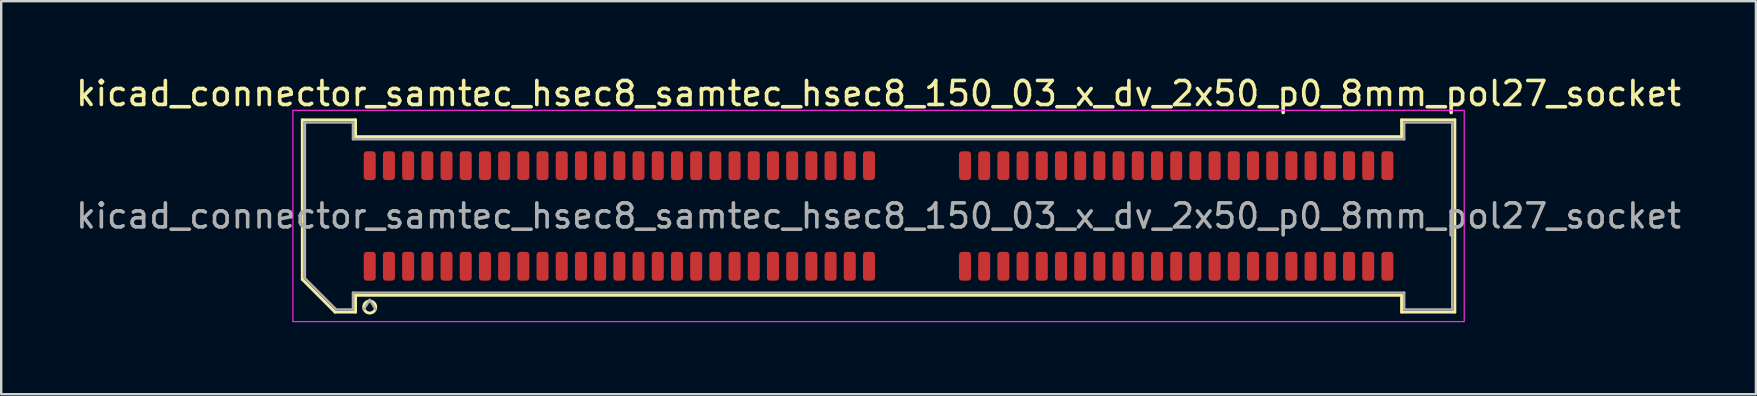
<source format=kicad_pcb>
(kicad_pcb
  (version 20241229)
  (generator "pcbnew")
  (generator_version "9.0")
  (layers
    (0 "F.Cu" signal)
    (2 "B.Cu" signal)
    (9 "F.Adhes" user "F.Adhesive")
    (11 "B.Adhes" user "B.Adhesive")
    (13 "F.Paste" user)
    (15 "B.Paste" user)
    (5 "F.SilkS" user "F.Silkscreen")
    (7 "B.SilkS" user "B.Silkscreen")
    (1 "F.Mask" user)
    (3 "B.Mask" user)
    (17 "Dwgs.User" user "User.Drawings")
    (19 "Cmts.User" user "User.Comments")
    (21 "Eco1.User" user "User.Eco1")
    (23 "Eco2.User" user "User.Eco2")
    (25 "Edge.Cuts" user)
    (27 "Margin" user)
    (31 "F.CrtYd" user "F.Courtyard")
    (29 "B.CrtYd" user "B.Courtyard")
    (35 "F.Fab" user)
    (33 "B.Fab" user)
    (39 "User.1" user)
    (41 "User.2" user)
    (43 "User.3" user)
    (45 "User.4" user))
  (footprint "kicad_connector_samtec_hsec8_samtec_hsec8_150_03_x_dv_2x50_p0_8mm_pol27_socket"
    (layer "F.Cu")
    (at 33.554 5.948)
    (property "Reference" "kicad_connector_samtec_hsec8_samtec_hsec8_150_03_x_dv_2x50_p0_8mm_pol27_socket" (at 0 -5.1 0) (layer "F.SilkS") (effects (font (size 1 1) (thickness 0.15))))
    (attr smd)
    (fp_line (start -24.01 -4.005) (end -21.79 -4.005) (stroke (width 0.12) (type solid)) (layer "F.SilkS"))
    (fp_line (start -24.01 2.641) (end -24.01 -4.005) (stroke (width 0.12) (type solid)) (layer "F.SilkS"))
    (fp_line (start -22.646 4.005) (end -24.01 2.641) (stroke (width 0.12) (type solid)) (layer "F.SilkS"))
    (fp_line (start -21.79 -4.005) (end -21.79 -3.305) (stroke (width 0.12) (type solid)) (layer "F.SilkS"))
    (fp_line (start -21.79 -3.305) (end 21.79 -3.305) (stroke (width 0.12) (type solid)) (layer "F.SilkS"))
    (fp_line (start -21.79 3.305) (end -21.79 4.005) (stroke (width 0.12) (type solid)) (layer "F.SilkS"))
    (fp_line (start -21.79 4.005) (end -22.646 4.005) (stroke (width 0.12) (type solid)) (layer "F.SilkS"))
    (fp_line (start 21.79 -4.005) (end 24.01 -4.005) (stroke (width 0.12) (type solid)) (layer "F.SilkS"))
    (fp_line (start 21.79 -3.305) (end 21.79 -4.005) (stroke (width 0.12) (type solid)) (layer "F.SilkS"))
    (fp_line (start 21.79 3.305) (end -21.79 3.305) (stroke (width 0.12) (type solid)) (layer "F.SilkS"))
    (fp_line (start 21.79 4.005) (end 21.79 3.305) (stroke (width 0.12) (type solid)) (layer "F.SilkS"))
    (fp_line (start 24.01 -4.005) (end 24.01 4.005) (stroke (width 0.12) (type solid)) (layer "F.SilkS"))
    (fp_line (start 24.01 4.005) (end 21.79 4.005) (stroke (width 0.12) (type solid)) (layer "F.SilkS"))
    (fp_arc (start -20.95 3.795) (mid -21.45 3.795) (end -20.95 3.795) (stroke (width 0.12) (type solid)) (layer "F.SilkS"))
    (fp_line (start -24.4 -4.4) (end -24.4 4.4) (stroke (width 0.05) (type solid)) (layer "F.CrtYd"))
    (fp_line (start -24.4 4.4) (end 24.4 4.4) (stroke (width 0.05) (type solid)) (layer "F.CrtYd"))
    (fp_line (start 24.4 -4.4) (end -24.4 -4.4) (stroke (width 0.05) (type solid)) (layer "F.CrtYd"))
    (fp_line (start 24.4 4.4) (end 24.4 -4.4) (stroke (width 0.05) (type solid)) (layer "F.CrtYd"))
    (fp_line (start -23.9 -3.895) (end -21.9 -3.895) (stroke (width 0.1) (type solid)) (layer "F.Fab"))
    (fp_line (start -23.9 2.595) (end -23.9 -3.895) (stroke (width 0.1) (type solid)) (layer "F.Fab"))
    (fp_line (start -22.6 3.895) (end -23.9 2.595) (stroke (width 0.1) (type solid)) (layer "F.Fab"))
    (fp_line (start -21.9 -3.895) (end -21.9 -3.195) (stroke (width 0.1) (type solid)) (layer "F.Fab"))
    (fp_line (start -21.9 -3.195) (end 21.9 -3.195) (stroke (width 0.1) (type solid)) (layer "F.Fab"))
    (fp_line (start -21.9 3.195) (end -21.9 3.895) (stroke (width 0.1) (type solid)) (layer "F.Fab"))
    (fp_line (start -21.9 3.895) (end -22.6 3.895) (stroke (width 0.1) (type solid)) (layer "F.Fab"))
    (fp_line (start -21.2 3.495) (end -21.45 3.895) (stroke (width 0.1) (type solid)) (layer "F.Fab"))
    (fp_line (start -21.2 3.495) (end -20.95 3.895) (stroke (width 0.1) (type solid)) (layer "F.Fab"))
    (fp_line (start 21.9 -3.895) (end 23.9 -3.895) (stroke (width 0.1) (type solid)) (layer "F.Fab"))
    (fp_line (start 21.9 -3.195) (end 21.9 -3.895) (stroke (width 0.1) (type solid)) (layer "F.Fab"))
    (fp_line (start 21.9 3.195) (end -21.9 3.195) (stroke (width 0.1) (type solid)) (layer "F.Fab"))
    (fp_line (start 21.9 3.895) (end 21.9 3.195) (stroke (width 0.1) (type solid)) (layer "F.Fab"))
    (fp_line (start 23.9 -3.895) (end 23.9 3.895) (stroke (width 0.1) (type solid)) (layer "F.Fab"))
    (fp_line (start 23.9 3.895) (end 21.9 3.895) (stroke (width 0.1) (type solid)) (layer "F.Fab"))
    (fp_text user "${REFERENCE}" (at 0 0 0) (layer "F.Fab") (effects (font (size 1 1) (thickness 0.15))))
    (pad "1" smd roundrect (at -21.2 2.095) (size 0.5 1.2) (layers "F.Cu" "F.Mask" "F.Paste") (roundrect_rratio 0.25))
    (pad "2" smd roundrect (at -21.2 -2.095) (size 0.5 1.2) (layers "F.Cu" "F.Mask" "F.Paste") (roundrect_rratio 0.25))
    (pad "3" smd roundrect (at -20.4 2.095) (size 0.5 1.2) (layers "F.Cu" "F.Mask" "F.Paste") (roundrect_rratio 0.25))
    (pad "4" smd roundrect (at -20.4 -2.095) (size 0.5 1.2) (layers "F.Cu" "F.Mask" "F.Paste") (roundrect_rratio 0.25))
    (pad "5" smd roundrect (at -19.6 2.095) (size 0.5 1.2) (layers "F.Cu" "F.Mask" "F.Paste") (roundrect_rratio 0.25))
    (pad "6" smd roundrect (at -19.6 -2.095) (size 0.5 1.2) (layers "F.Cu" "F.Mask" "F.Paste") (roundrect_rratio 0.25))
    (pad "7" smd roundrect (at -18.8 2.095) (size 0.5 1.2) (layers "F.Cu" "F.Mask" "F.Paste") (roundrect_rratio 0.25))
    (pad "8" smd roundrect (at -18.8 -2.095) (size 0.5 1.2) (layers "F.Cu" "F.Mask" "F.Paste") (roundrect_rratio 0.25))
    (pad "9" smd roundrect (at -18 2.095) (size 0.5 1.2) (layers "F.Cu" "F.Mask" "F.Paste") (roundrect_rratio 0.25))
    (pad "10" smd roundrect (at -18 -2.095) (size 0.5 1.2) (layers "F.Cu" "F.Mask" "F.Paste") (roundrect_rratio 0.25))
    (pad "11" smd roundrect (at -17.2 2.095) (size 0.5 1.2) (layers "F.Cu" "F.Mask" "F.Paste") (roundrect_rratio 0.25))
    (pad "12" smd roundrect (at -17.2 -2.095) (size 0.5 1.2) (layers "F.Cu" "F.Mask" "F.Paste") (roundrect_rratio 0.25))
    (pad "13" smd roundrect (at -16.4 2.095) (size 0.5 1.2) (layers "F.Cu" "F.Mask" "F.Paste") (roundrect_rratio 0.25))
    (pad "14" smd roundrect (at -16.4 -2.095) (size 0.5 1.2) (layers "F.Cu" "F.Mask" "F.Paste") (roundrect_rratio 0.25))
    (pad "15" smd roundrect (at -15.6 2.095) (size 0.5 1.2) (layers "F.Cu" "F.Mask" "F.Paste") (roundrect_rratio 0.25))
    (pad "16" smd roundrect (at -15.6 -2.095) (size 0.5 1.2) (layers "F.Cu" "F.Mask" "F.Paste") (roundrect_rratio 0.25))
    (pad "17" smd roundrect (at -14.8 2.095) (size 0.5 1.2) (layers "F.Cu" "F.Mask" "F.Paste") (roundrect_rratio 0.25))
    (pad "18" smd roundrect (at -14.8 -2.095) (size 0.5 1.2) (layers "F.Cu" "F.Mask" "F.Paste") (roundrect_rratio 0.25))
    (pad "19" smd roundrect (at -14 2.095) (size 0.5 1.2) (layers "F.Cu" "F.Mask" "F.Paste") (roundrect_rratio 0.25))
    (pad "20" smd roundrect (at -14 -2.095) (size 0.5 1.2) (layers "F.Cu" "F.Mask" "F.Paste") (roundrect_rratio 0.25))
    (pad "21" smd roundrect (at -13.2 2.095) (size 0.5 1.2) (layers "F.Cu" "F.Mask" "F.Paste") (roundrect_rratio 0.25))
    (pad "22" smd roundrect (at -13.2 -2.095) (size 0.5 1.2) (layers "F.Cu" "F.Mask" "F.Paste") (roundrect_rratio 0.25))
    (pad "23" smd roundrect (at -12.4 2.095) (size 0.5 1.2) (layers "F.Cu" "F.Mask" "F.Paste") (roundrect_rratio 0.25))
    (pad "24" smd roundrect (at -12.4 -2.095) (size 0.5 1.2) (layers "F.Cu" "F.Mask" "F.Paste") (roundrect_rratio 0.25))
    (pad "25" smd roundrect (at -11.6 2.095) (size 0.5 1.2) (layers "F.Cu" "F.Mask" "F.Paste") (roundrect_rratio 0.25))
    (pad "26" smd roundrect (at -11.6 -2.095) (size 0.5 1.2) (layers "F.Cu" "F.Mask" "F.Paste") (roundrect_rratio 0.25))
    (pad "27" smd roundrect (at -10.8 2.095) (size 0.5 1.2) (layers "F.Cu" "F.Mask" "F.Paste") (roundrect_rratio 0.25))
    (pad "28" smd roundrect (at -10.8 -2.095) (size 0.5 1.2) (layers "F.Cu" "F.Mask" "F.Paste") (roundrect_rratio 0.25))
    (pad "29" smd roundrect (at -10 2.095) (size 0.5 1.2) (layers "F.Cu" "F.Mask" "F.Paste") (roundrect_rratio 0.25))
    (pad "30" smd roundrect (at -10 -2.095) (size 0.5 1.2) (layers "F.Cu" "F.Mask" "F.Paste") (roundrect_rratio 0.25))
    (pad "31" smd roundrect (at -9.2 2.095) (size 0.5 1.2) (layers "F.Cu" "F.Mask" "F.Paste") (roundrect_rratio 0.25))
    (pad "32" smd roundrect (at -9.2 -2.095) (size 0.5 1.2) (layers "F.Cu" "F.Mask" "F.Paste") (roundrect_rratio 0.25))
    (pad "33" smd roundrect (at -8.4 2.095) (size 0.5 1.2) (layers "F.Cu" "F.Mask" "F.Paste") (roundrect_rratio 0.25))
    (pad "34" smd roundrect (at -8.4 -2.095) (size 0.5 1.2) (layers "F.Cu" "F.Mask" "F.Paste") (roundrect_rratio 0.25))
    (pad "35" smd roundrect (at -7.6 2.095) (size 0.5 1.2) (layers "F.Cu" "F.Mask" "F.Paste") (roundrect_rratio 0.25))
    (pad "36" smd roundrect (at -7.6 -2.095) (size 0.5 1.2) (layers "F.Cu" "F.Mask" "F.Paste") (roundrect_rratio 0.25))
    (pad "37" smd roundrect (at -6.8 2.095) (size 0.5 1.2) (layers "F.Cu" "F.Mask" "F.Paste") (roundrect_rratio 0.25))
    (pad "38" smd roundrect (at -6.8 -2.095) (size 0.5 1.2) (layers "F.Cu" "F.Mask" "F.Paste") (roundrect_rratio 0.25))
    (pad "39" smd roundrect (at -6 2.095) (size 0.5 1.2) (layers "F.Cu" "F.Mask" "F.Paste") (roundrect_rratio 0.25))
    (pad "40" smd roundrect (at -6 -2.095) (size 0.5 1.2) (layers "F.Cu" "F.Mask" "F.Paste") (roundrect_rratio 0.25))
    (pad "41" smd roundrect (at -5.2 2.095) (size 0.5 1.2) (layers "F.Cu" "F.Mask" "F.Paste") (roundrect_rratio 0.25))
    (pad "42" smd roundrect (at -5.2 -2.095) (size 0.5 1.2) (layers "F.Cu" "F.Mask" "F.Paste") (roundrect_rratio 0.25))
    (pad "43" smd roundrect (at -4.4 2.095) (size 0.5 1.2) (layers "F.Cu" "F.Mask" "F.Paste") (roundrect_rratio 0.25))
    (pad "44" smd roundrect (at -4.4 -2.095) (size 0.5 1.2) (layers "F.Cu" "F.Mask" "F.Paste") (roundrect_rratio 0.25))
    (pad "45" smd roundrect (at -3.6 2.095) (size 0.5 1.2) (layers "F.Cu" "F.Mask" "F.Paste") (roundrect_rratio 0.25))
    (pad "46" smd roundrect (at -3.6 -2.095) (size 0.5 1.2) (layers "F.Cu" "F.Mask" "F.Paste") (roundrect_rratio 0.25))
    (pad "47" smd roundrect (at -2.8 2.095) (size 0.5 1.2) (layers "F.Cu" "F.Mask" "F.Paste") (roundrect_rratio 0.25))
    (pad "48" smd roundrect (at -2.8 -2.095) (size 0.5 1.2) (layers "F.Cu" "F.Mask" "F.Paste") (roundrect_rratio 0.25))
    (pad "49" smd roundrect (at -2 2.095) (size 0.5 1.2) (layers "F.Cu" "F.Mask" "F.Paste") (roundrect_rratio 0.25))
    (pad "50" smd roundrect (at -2 -2.095) (size 0.5 1.2) (layers "F.Cu" "F.Mask" "F.Paste") (roundrect_rratio 0.25))
    (pad "51" smd roundrect (at -1.2 2.095) (size 0.5 1.2) (layers "F.Cu" "F.Mask" "F.Paste") (roundrect_rratio 0.25))
    (pad "52" smd roundrect (at -1.2 -2.095) (size 0.5 1.2) (layers "F.Cu" "F.Mask" "F.Paste") (roundrect_rratio 0.25))
    (pad "53" smd roundrect (at -0.4 2.095) (size 0.5 1.2) (layers "F.Cu" "F.Mask" "F.Paste") (roundrect_rratio 0.25))
    (pad "54" smd roundrect (at -0.4 -2.095) (size 0.5 1.2) (layers "F.Cu" "F.Mask" "F.Paste") (roundrect_rratio 0.25))
    (pad "55" smd roundrect (at 3.6 2.095) (size 0.5 1.2) (layers "F.Cu" "F.Mask" "F.Paste") (roundrect_rratio 0.25))
    (pad "56" smd roundrect (at 3.6 -2.095) (size 0.5 1.2) (layers "F.Cu" "F.Mask" "F.Paste") (roundrect_rratio 0.25))
    (pad "57" smd roundrect (at 4.4 2.095) (size 0.5 1.2) (layers "F.Cu" "F.Mask" "F.Paste") (roundrect_rratio 0.25))
    (pad "58" smd roundrect (at 4.4 -2.095) (size 0.5 1.2) (layers "F.Cu" "F.Mask" "F.Paste") (roundrect_rratio 0.25))
    (pad "59" smd roundrect (at 5.2 2.095) (size 0.5 1.2) (layers "F.Cu" "F.Mask" "F.Paste") (roundrect_rratio 0.25))
    (pad "60" smd roundrect (at 5.2 -2.095) (size 0.5 1.2) (layers "F.Cu" "F.Mask" "F.Paste") (roundrect_rratio 0.25))
    (pad "61" smd roundrect (at 6 2.095) (size 0.5 1.2) (layers "F.Cu" "F.Mask" "F.Paste") (roundrect_rratio 0.25))
    (pad "62" smd roundrect (at 6 -2.095) (size 0.5 1.2) (layers "F.Cu" "F.Mask" "F.Paste") (roundrect_rratio 0.25))
    (pad "63" smd roundrect (at 6.8 2.095) (size 0.5 1.2) (layers "F.Cu" "F.Mask" "F.Paste") (roundrect_rratio 0.25))
    (pad "64" smd roundrect (at 6.8 -2.095) (size 0.5 1.2) (layers "F.Cu" "F.Mask" "F.Paste") (roundrect_rratio 0.25))
    (pad "65" smd roundrect (at 7.6 2.095) (size 0.5 1.2) (layers "F.Cu" "F.Mask" "F.Paste") (roundrect_rratio 0.25))
    (pad "66" smd roundrect (at 7.6 -2.095) (size 0.5 1.2) (layers "F.Cu" "F.Mask" "F.Paste") (roundrect_rratio 0.25))
    (pad "67" smd roundrect (at 8.4 2.095) (size 0.5 1.2) (layers "F.Cu" "F.Mask" "F.Paste") (roundrect_rratio 0.25))
    (pad "68" smd roundrect (at 8.4 -2.095) (size 0.5 1.2) (layers "F.Cu" "F.Mask" "F.Paste") (roundrect_rratio 0.25))
    (pad "69" smd roundrect (at 9.2 2.095) (size 0.5 1.2) (layers "F.Cu" "F.Mask" "F.Paste") (roundrect_rratio 0.25))
    (pad "70" smd roundrect (at 9.2 -2.095) (size 0.5 1.2) (layers "F.Cu" "F.Mask" "F.Paste") (roundrect_rratio 0.25))
    (pad "71" smd roundrect (at 10 2.095) (size 0.5 1.2) (layers "F.Cu" "F.Mask" "F.Paste") (roundrect_rratio 0.25))
    (pad "72" smd roundrect (at 10 -2.095) (size 0.5 1.2) (layers "F.Cu" "F.Mask" "F.Paste") (roundrect_rratio 0.25))
    (pad "73" smd roundrect (at 10.8 2.095) (size 0.5 1.2) (layers "F.Cu" "F.Mask" "F.Paste") (roundrect_rratio 0.25))
    (pad "74" smd roundrect (at 10.8 -2.095) (size 0.5 1.2) (layers "F.Cu" "F.Mask" "F.Paste") (roundrect_rratio 0.25))
    (pad "75" smd roundrect (at 11.6 2.095) (size 0.5 1.2) (layers "F.Cu" "F.Mask" "F.Paste") (roundrect_rratio 0.25))
    (pad "76" smd roundrect (at 11.6 -2.095) (size 0.5 1.2) (layers "F.Cu" "F.Mask" "F.Paste") (roundrect_rratio 0.25))
    (pad "77" smd roundrect (at 12.4 2.095) (size 0.5 1.2) (layers "F.Cu" "F.Mask" "F.Paste") (roundrect_rratio 0.25))
    (pad "78" smd roundrect (at 12.4 -2.095) (size 0.5 1.2) (layers "F.Cu" "F.Mask" "F.Paste") (roundrect_rratio 0.25))
    (pad "79" smd roundrect (at 13.2 2.095) (size 0.5 1.2) (layers "F.Cu" "F.Mask" "F.Paste") (roundrect_rratio 0.25))
    (pad "80" smd roundrect (at 13.2 -2.095) (size 0.5 1.2) (layers "F.Cu" "F.Mask" "F.Paste") (roundrect_rratio 0.25))
    (pad "81" smd roundrect (at 14 2.095) (size 0.5 1.2) (layers "F.Cu" "F.Mask" "F.Paste") (roundrect_rratio 0.25))
    (pad "82" smd roundrect (at 14 -2.095) (size 0.5 1.2) (layers "F.Cu" "F.Mask" "F.Paste") (roundrect_rratio 0.25))
    (pad "83" smd roundrect (at 14.8 2.095) (size 0.5 1.2) (layers "F.Cu" "F.Mask" "F.Paste") (roundrect_rratio 0.25))
    (pad "84" smd roundrect (at 14.8 -2.095) (size 0.5 1.2) (layers "F.Cu" "F.Mask" "F.Paste") (roundrect_rratio 0.25))
    (pad "85" smd roundrect (at 15.6 2.095) (size 0.5 1.2) (layers "F.Cu" "F.Mask" "F.Paste") (roundrect_rratio 0.25))
    (pad "86" smd roundrect (at 15.6 -2.095) (size 0.5 1.2) (layers "F.Cu" "F.Mask" "F.Paste") (roundrect_rratio 0.25))
    (pad "87" smd roundrect (at 16.4 2.095) (size 0.5 1.2) (layers "F.Cu" "F.Mask" "F.Paste") (roundrect_rratio 0.25))
    (pad "88" smd roundrect (at 16.4 -2.095) (size 0.5 1.2) (layers "F.Cu" "F.Mask" "F.Paste") (roundrect_rratio 0.25))
    (pad "89" smd roundrect (at 17.2 2.095) (size 0.5 1.2) (layers "F.Cu" "F.Mask" "F.Paste") (roundrect_rratio 0.25))
    (pad "90" smd roundrect (at 17.2 -2.095) (size 0.5 1.2) (layers "F.Cu" "F.Mask" "F.Paste") (roundrect_rratio 0.25))
    (pad "91" smd roundrect (at 18 2.095) (size 0.5 1.2) (layers "F.Cu" "F.Mask" "F.Paste") (roundrect_rratio 0.25))
    (pad "92" smd roundrect (at 18 -2.095) (size 0.5 1.2) (layers "F.Cu" "F.Mask" "F.Paste") (roundrect_rratio 0.25))
    (pad "93" smd roundrect (at 18.8 2.095) (size 0.5 1.2) (layers "F.Cu" "F.Mask" "F.Paste") (roundrect_rratio 0.25))
    (pad "94" smd roundrect (at 18.8 -2.095) (size 0.5 1.2) (layers "F.Cu" "F.Mask" "F.Paste") (roundrect_rratio 0.25))
    (pad "95" smd roundrect (at 19.6 2.095) (size 0.5 1.2) (layers "F.Cu" "F.Mask" "F.Paste") (roundrect_rratio 0.25))
    (pad "96" smd roundrect (at 19.6 -2.095) (size 0.5 1.2) (layers "F.Cu" "F.Mask" "F.Paste") (roundrect_rratio 0.25))
    (pad "97" smd roundrect (at 20.4 2.095) (size 0.5 1.2) (layers "F.Cu" "F.Mask" "F.Paste") (roundrect_rratio 0.25))
    (pad "98" smd roundrect (at 20.4 -2.095) (size 0.5 1.2) (layers "F.Cu" "F.Mask" "F.Paste") (roundrect_rratio 0.25))
    (pad "99" smd roundrect (at 21.2 2.095) (size 0.5 1.2) (layers "F.Cu" "F.Mask" "F.Paste") (roundrect_rratio 0.25))
    (pad "100" smd roundrect (at 21.2 -2.095) (size 0.5 1.2) (layers "F.Cu" "F.Mask" "F.Paste") (roundrect_rratio 0.25)))
  (gr_rect
    (start -3 -3)
    (end 70.107 13.373)
    (stroke (width 0.1) (type default))
    (fill no)
    (layer "Edge.Cuts")))
</source>
